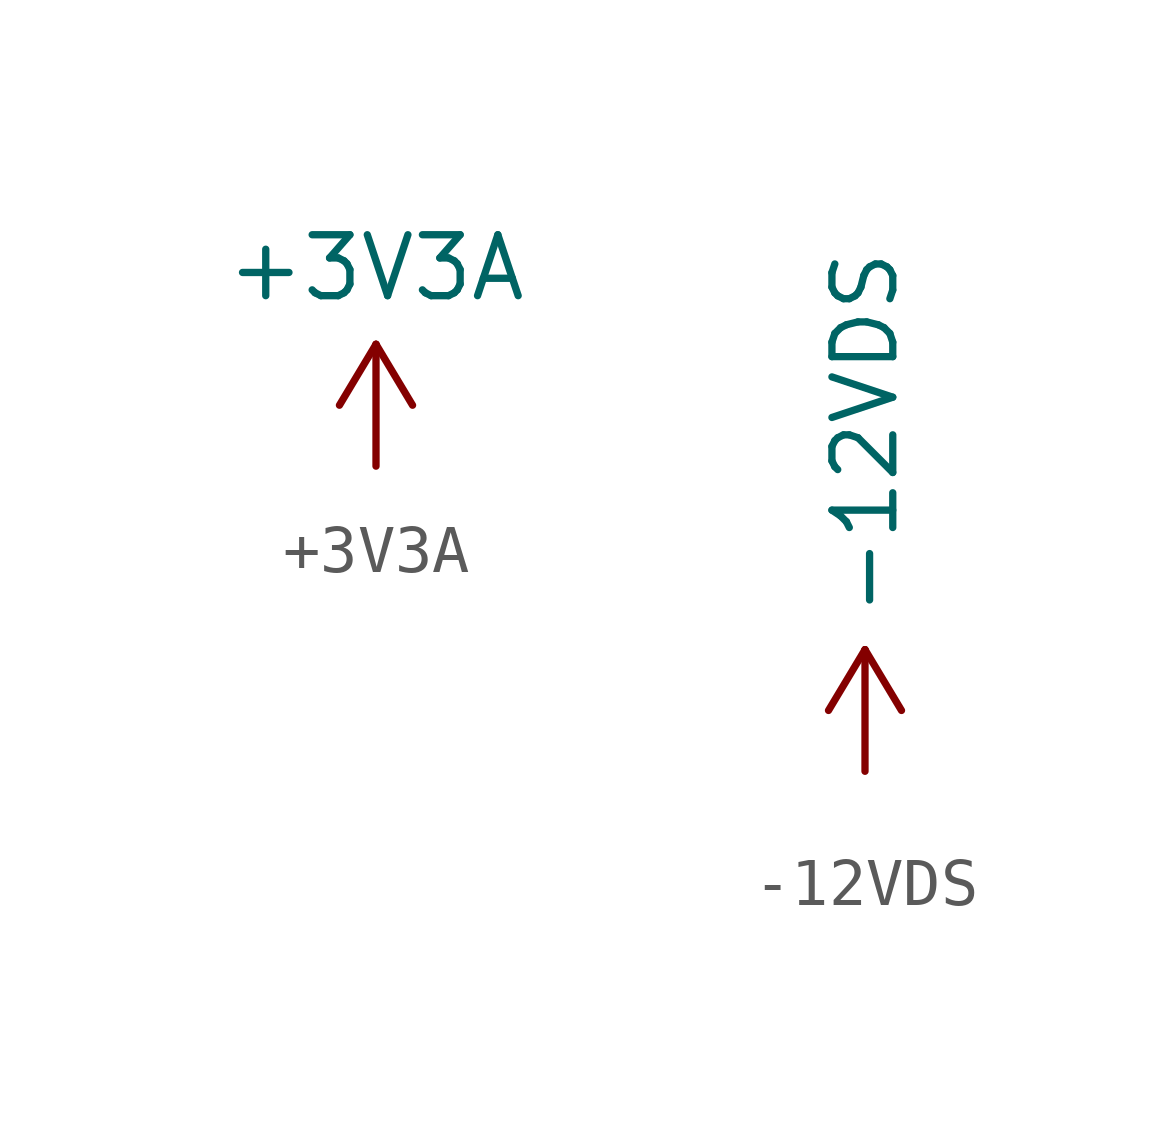
<source format=kicad_sym>
(kicad_symbol_lib
  (version 20220914)
  (generator kicad_symbol_editor)
  (symbol "+3V3A"
    (power)
    (pin_names
      (offset 0))
    (property "Reference" "#PWR"
      (at 0 -3.81 0)
      (effects (font (size 1.27 1.27)) hide))
    (property "Value" "+3V3A"
      (at 0 4.133 0)
      (effects (font (size 1.27 1.27))))
    (symbol "+3V3A_0_1"
      (polyline (pts (xy -0.762 1.27) (xy 0 2.54)) (stroke (width 0) (type default)) (fill (type none)))
      (polyline (pts (xy 0 0) (xy 0 2.54)) (stroke (width 0) (type default)) (fill (type none)))
      (polyline (pts (xy 0 2.54) (xy 0.762 1.27)) (stroke (width 0) (type default)) (fill (type none))))
    (symbol "+3V3A_1_1"
      (pin power_in line (at 0 0 90) (length 0) hide (name "+3V3A" (effects (font (size 1.27 1.27)))) (number "1" (effects (font (size 1.27 1.27)))))))
  (symbol "-12VDS"
    (power)
    (pin_names
      (offset 0))
    (property "Reference" "#PWR"
      (at 0 -3.81 0)
      (effects (font (size 1.27 1.27)) hide))
    (property "Value" "-12VDS"
      (at 0 3.175 90)
      (effects (font (size 1.27 1.27)) (justify left)))
    (symbol "-12VDS_0_1"
      (polyline (pts (xy -0.762 1.27) (xy 0 2.54)) (stroke (width 0) (type default)) (fill (type none)))
      (polyline (pts (xy 0 0) (xy 0 2.54)) (stroke (width 0) (type default)) (fill (type none)))
      (polyline (pts (xy 0 2.54) (xy 0.762 1.27)) (stroke (width 0) (type default)) (fill (type none))))
    (symbol "-12VDS_1_1"
      (pin power_in line (at 0 0 90) (length 0) hide (name "-12VDS" (effects (font (size 1.27 1.27)))) (number "1" (effects (font (size 1.27 1.27))))))))
</source>
